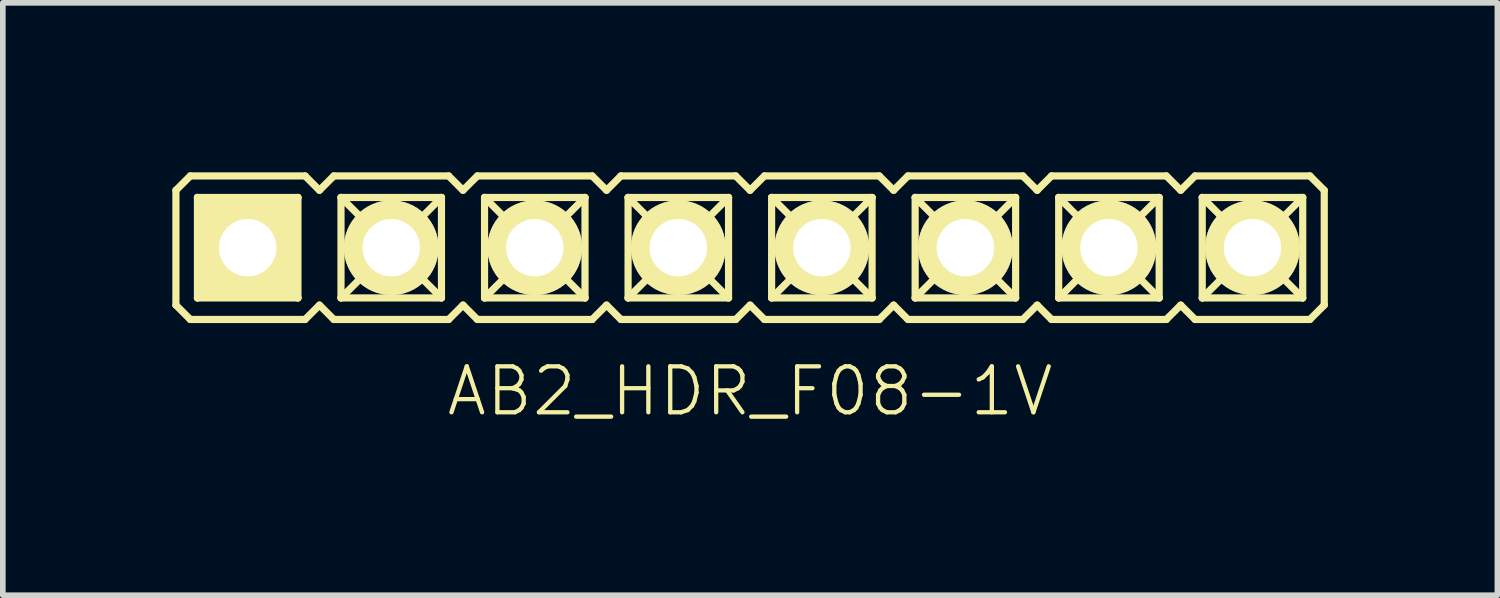
<source format=kicad_pcb>
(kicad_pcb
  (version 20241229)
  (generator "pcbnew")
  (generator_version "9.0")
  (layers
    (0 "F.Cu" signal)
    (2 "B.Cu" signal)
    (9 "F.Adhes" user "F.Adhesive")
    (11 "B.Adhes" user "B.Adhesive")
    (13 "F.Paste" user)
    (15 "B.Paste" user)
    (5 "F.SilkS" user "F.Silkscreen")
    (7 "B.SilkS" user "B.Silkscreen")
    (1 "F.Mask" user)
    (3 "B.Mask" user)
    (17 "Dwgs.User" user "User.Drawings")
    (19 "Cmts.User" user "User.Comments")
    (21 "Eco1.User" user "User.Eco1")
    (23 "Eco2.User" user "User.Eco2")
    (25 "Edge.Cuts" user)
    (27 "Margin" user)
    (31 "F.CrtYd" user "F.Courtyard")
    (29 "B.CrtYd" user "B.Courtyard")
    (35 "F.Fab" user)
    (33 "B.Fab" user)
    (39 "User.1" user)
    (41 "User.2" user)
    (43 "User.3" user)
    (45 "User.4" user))
  (footprint "AB2_HDR_F08-1V"
    (layer "F.Cu")
    (at 10.223 1.333)
    (property "Reference" "AB2_HDR_F08-1V" (at 0 2.54 0) (layer "F.SilkS") (effects (font (size 0.813 0.813) (thickness 0.076))))
    (attr through_hole)
    (fp_line (start -10.16 -1.016) (end -9.906 -1.27) (stroke (width 0.127) (type solid)) (layer "F.SilkS"))
    (fp_line (start -10.16 1.016) (end -10.16 -1.016) (stroke (width 0.127) (type solid)) (layer "F.SilkS"))
    (fp_line (start -9.906 -1.27) (end -7.874 -1.27) (stroke (width 0.127) (type solid)) (layer "F.SilkS"))
    (fp_line (start -9.906 1.27) (end -10.16 1.016) (stroke (width 0.127) (type solid)) (layer "F.SilkS"))
    (fp_line (start -9.779 -0.889) (end -8.001 -0.889) (stroke (width 0.127) (type solid)) (layer "F.SilkS"))
    (fp_line (start -9.779 0.889) (end -9.779 -0.889) (stroke (width 0.127) (type solid)) (layer "F.SilkS"))
    (fp_line (start -9.398 -0.508) (end -9.779 -0.889) (stroke (width 0.127) (type solid)) (layer "F.SilkS"))
    (fp_line (start -9.398 -0.508) (end -8.382 -0.508) (stroke (width 0.127) (type solid)) (layer "F.SilkS"))
    (fp_line (start -9.398 0.508) (end -9.779 0.889) (stroke (width 0.127) (type solid)) (layer "F.SilkS"))
    (fp_line (start -9.398 0.508) (end -9.398 -0.508) (stroke (width 0.127) (type solid)) (layer "F.SilkS"))
    (fp_line (start -8.382 -0.508) (end -8.382 0.508) (stroke (width 0.127) (type solid)) (layer "F.SilkS"))
    (fp_line (start -8.382 -0.508) (end -8.001 -0.889) (stroke (width 0.127) (type solid)) (layer "F.SilkS"))
    (fp_line (start -8.382 0.508) (end -9.398 0.508) (stroke (width 0.127) (type solid)) (layer "F.SilkS"))
    (fp_line (start -8.382 0.508) (end -8.001 0.889) (stroke (width 0.127) (type solid)) (layer "F.SilkS"))
    (fp_line (start -8.001 -0.889) (end -8.001 0.889) (stroke (width 0.127) (type solid)) (layer "F.SilkS"))
    (fp_line (start -8.001 0.889) (end -9.779 0.889) (stroke (width 0.127) (type solid)) (layer "F.SilkS"))
    (fp_line (start -7.874 -1.27) (end -7.62 -1.016) (stroke (width 0.127) (type solid)) (layer "F.SilkS"))
    (fp_line (start -7.874 1.27) (end -9.906 1.27) (stroke (width 0.127) (type solid)) (layer "F.SilkS"))
    (fp_line (start -7.62 -1.016) (end -7.366 -1.27) (stroke (width 0.127) (type solid)) (layer "F.SilkS"))
    (fp_line (start -7.62 1.016) (end -7.874 1.27) (stroke (width 0.127) (type solid)) (layer "F.SilkS"))
    (fp_line (start -7.366 -1.27) (end -5.334 -1.27) (stroke (width 0.127) (type solid)) (layer "F.SilkS"))
    (fp_line (start -7.366 1.27) (end -7.62 1.016) (stroke (width 0.127) (type solid)) (layer "F.SilkS"))
    (fp_line (start -7.239 -0.889) (end -5.461 -0.889) (stroke (width 0.127) (type solid)) (layer "F.SilkS"))
    (fp_line (start -7.239 0.889) (end -7.239 -0.889) (stroke (width 0.127) (type solid)) (layer "F.SilkS"))
    (fp_line (start -6.858 -0.508) (end -7.239 -0.889) (stroke (width 0.127) (type solid)) (layer "F.SilkS"))
    (fp_line (start -6.858 -0.508) (end -5.842 -0.508) (stroke (width 0.127) (type solid)) (layer "F.SilkS"))
    (fp_line (start -6.858 0.508) (end -7.239 0.889) (stroke (width 0.127) (type solid)) (layer "F.SilkS"))
    (fp_line (start -6.858 0.508) (end -6.858 -0.508) (stroke (width 0.127) (type solid)) (layer "F.SilkS"))
    (fp_line (start -5.842 -0.508) (end -5.842 0.508) (stroke (width 0.127) (type solid)) (layer "F.SilkS"))
    (fp_line (start -5.842 -0.508) (end -5.461 -0.889) (stroke (width 0.127) (type solid)) (layer "F.SilkS"))
    (fp_line (start -5.842 0.508) (end -6.858 0.508) (stroke (width 0.127) (type solid)) (layer "F.SilkS"))
    (fp_line (start -5.842 0.508) (end -5.461 0.889) (stroke (width 0.127) (type solid)) (layer "F.SilkS"))
    (fp_line (start -5.461 -0.889) (end -5.461 0.889) (stroke (width 0.127) (type solid)) (layer "F.SilkS"))
    (fp_line (start -5.461 0.889) (end -7.239 0.889) (stroke (width 0.127) (type solid)) (layer "F.SilkS"))
    (fp_line (start -5.334 -1.27) (end -5.08 -1.016) (stroke (width 0.127) (type solid)) (layer "F.SilkS"))
    (fp_line (start -5.334 1.27) (end -7.366 1.27) (stroke (width 0.127) (type solid)) (layer "F.SilkS"))
    (fp_line (start -5.08 -1.016) (end -4.826 -1.27) (stroke (width 0.127) (type solid)) (layer "F.SilkS"))
    (fp_line (start -5.08 1.016) (end -5.334 1.27) (stroke (width 0.127) (type solid)) (layer "F.SilkS"))
    (fp_line (start -4.826 -1.27) (end -2.794 -1.27) (stroke (width 0.127) (type solid)) (layer "F.SilkS"))
    (fp_line (start -4.826 1.27) (end -5.08 1.016) (stroke (width 0.127) (type solid)) (layer "F.SilkS"))
    (fp_line (start -4.699 -0.889) (end -2.921 -0.889) (stroke (width 0.127) (type solid)) (layer "F.SilkS"))
    (fp_line (start -4.699 0.889) (end -4.699 -0.889) (stroke (width 0.127) (type solid)) (layer "F.SilkS"))
    (fp_line (start -4.318 -0.508) (end -4.699 -0.889) (stroke (width 0.127) (type solid)) (layer "F.SilkS"))
    (fp_line (start -4.318 -0.508) (end -3.302 -0.508) (stroke (width 0.127) (type solid)) (layer "F.SilkS"))
    (fp_line (start -4.318 0.508) (end -4.699 0.889) (stroke (width 0.127) (type solid)) (layer "F.SilkS"))
    (fp_line (start -4.318 0.508) (end -4.318 -0.508) (stroke (width 0.127) (type solid)) (layer "F.SilkS"))
    (fp_line (start -3.302 -0.508) (end -3.302 0.508) (stroke (width 0.127) (type solid)) (layer "F.SilkS"))
    (fp_line (start -3.302 -0.508) (end -2.921 -0.889) (stroke (width 0.127) (type solid)) (layer "F.SilkS"))
    (fp_line (start -3.302 0.508) (end -4.318 0.508) (stroke (width 0.127) (type solid)) (layer "F.SilkS"))
    (fp_line (start -3.302 0.508) (end -2.921 0.889) (stroke (width 0.127) (type solid)) (layer "F.SilkS"))
    (fp_line (start -2.921 -0.889) (end -2.921 0.889) (stroke (width 0.127) (type solid)) (layer "F.SilkS"))
    (fp_line (start -2.921 0.889) (end -4.699 0.889) (stroke (width 0.127) (type solid)) (layer "F.SilkS"))
    (fp_line (start -2.794 -1.27) (end -2.54 -1.016) (stroke (width 0.127) (type solid)) (layer "F.SilkS"))
    (fp_line (start -2.794 1.27) (end -4.826 1.27) (stroke (width 0.127) (type solid)) (layer "F.SilkS"))
    (fp_line (start -2.54 -1.016) (end -2.286 -1.27) (stroke (width 0.127) (type solid)) (layer "F.SilkS"))
    (fp_line (start -2.54 1.016) (end -2.794 1.27) (stroke (width 0.127) (type solid)) (layer "F.SilkS"))
    (fp_line (start -2.286 -1.27) (end -0.254 -1.27) (stroke (width 0.127) (type solid)) (layer "F.SilkS"))
    (fp_line (start -2.286 1.27) (end -2.54 1.016) (stroke (width 0.127) (type solid)) (layer "F.SilkS"))
    (fp_line (start -2.159 -0.889) (end -0.381 -0.889) (stroke (width 0.127) (type solid)) (layer "F.SilkS"))
    (fp_line (start -2.159 0.889) (end -2.159 -0.889) (stroke (width 0.127) (type solid)) (layer "F.SilkS"))
    (fp_line (start -1.778 -0.508) (end -2.159 -0.889) (stroke (width 0.127) (type solid)) (layer "F.SilkS"))
    (fp_line (start -1.778 -0.508) (end -0.762 -0.508) (stroke (width 0.127) (type solid)) (layer "F.SilkS"))
    (fp_line (start -1.778 0.508) (end -2.159 0.889) (stroke (width 0.127) (type solid)) (layer "F.SilkS"))
    (fp_line (start -1.778 0.508) (end -1.778 -0.508) (stroke (width 0.127) (type solid)) (layer "F.SilkS"))
    (fp_line (start -0.762 -0.508) (end -0.762 0.508) (stroke (width 0.127) (type solid)) (layer "F.SilkS"))
    (fp_line (start -0.762 -0.508) (end -0.381 -0.889) (stroke (width 0.127) (type solid)) (layer "F.SilkS"))
    (fp_line (start -0.762 0.508) (end -1.778 0.508) (stroke (width 0.127) (type solid)) (layer "F.SilkS"))
    (fp_line (start -0.762 0.508) (end -0.381 0.889) (stroke (width 0.127) (type solid)) (layer "F.SilkS"))
    (fp_line (start -0.381 -0.889) (end -0.381 0.889) (stroke (width 0.127) (type solid)) (layer "F.SilkS"))
    (fp_line (start -0.381 0.889) (end -2.159 0.889) (stroke (width 0.127) (type solid)) (layer "F.SilkS"))
    (fp_line (start -0.254 -1.27) (end 0 -1.016) (stroke (width 0.127) (type solid)) (layer "F.SilkS"))
    (fp_line (start -0.254 1.27) (end -2.286 1.27) (stroke (width 0.127) (type solid)) (layer "F.SilkS"))
    (fp_line (start 0 -1.016) (end 0.254 -1.27) (stroke (width 0.127) (type solid)) (layer "F.SilkS"))
    (fp_line (start 0 1.016) (end -0.254 1.27) (stroke (width 0.127) (type solid)) (layer "F.SilkS"))
    (fp_line (start 0.254 -1.27) (end 2.286 -1.27) (stroke (width 0.127) (type solid)) (layer "F.SilkS"))
    (fp_line (start 0.254 1.27) (end 0 1.016) (stroke (width 0.127) (type solid)) (layer "F.SilkS"))
    (fp_line (start 0.381 -0.889) (end 2.159 -0.889) (stroke (width 0.127) (type solid)) (layer "F.SilkS"))
    (fp_line (start 0.381 0.889) (end 0.381 -0.889) (stroke (width 0.127) (type solid)) (layer "F.SilkS"))
    (fp_line (start 0.762 -0.508) (end 0.381 -0.889) (stroke (width 0.127) (type solid)) (layer "F.SilkS"))
    (fp_line (start 0.762 -0.508) (end 1.778 -0.508) (stroke (width 0.127) (type solid)) (layer "F.SilkS"))
    (fp_line (start 0.762 0.508) (end 0.381 0.889) (stroke (width 0.127) (type solid)) (layer "F.SilkS"))
    (fp_line (start 0.762 0.508) (end 0.762 -0.508) (stroke (width 0.127) (type solid)) (layer "F.SilkS"))
    (fp_line (start 1.778 -0.508) (end 1.778 0.508) (stroke (width 0.127) (type solid)) (layer "F.SilkS"))
    (fp_line (start 1.778 -0.508) (end 2.159 -0.889) (stroke (width 0.127) (type solid)) (layer "F.SilkS"))
    (fp_line (start 1.778 0.508) (end 0.762 0.508) (stroke (width 0.127) (type solid)) (layer "F.SilkS"))
    (fp_line (start 1.778 0.508) (end 2.159 0.889) (stroke (width 0.127) (type solid)) (layer "F.SilkS"))
    (fp_line (start 2.159 -0.889) (end 2.159 0.889) (stroke (width 0.127) (type solid)) (layer "F.SilkS"))
    (fp_line (start 2.159 0.889) (end 0.381 0.889) (stroke (width 0.127) (type solid)) (layer "F.SilkS"))
    (fp_line (start 2.286 -1.27) (end 2.54 -1.016) (stroke (width 0.127) (type solid)) (layer "F.SilkS"))
    (fp_line (start 2.286 1.27) (end 0.254 1.27) (stroke (width 0.127) (type solid)) (layer "F.SilkS"))
    (fp_line (start 2.54 -1.016) (end 2.794 -1.27) (stroke (width 0.127) (type solid)) (layer "F.SilkS"))
    (fp_line (start 2.54 1.016) (end 2.286 1.27) (stroke (width 0.127) (type solid)) (layer "F.SilkS"))
    (fp_line (start 2.794 -1.27) (end 4.826 -1.27) (stroke (width 0.127) (type solid)) (layer "F.SilkS"))
    (fp_line (start 2.794 1.27) (end 2.54 1.016) (stroke (width 0.127) (type solid)) (layer "F.SilkS"))
    (fp_line (start 2.921 -0.889) (end 4.699 -0.889) (stroke (width 0.127) (type solid)) (layer "F.SilkS"))
    (fp_line (start 2.921 0.889) (end 2.921 -0.889) (stroke (width 0.127) (type solid)) (layer "F.SilkS"))
    (fp_line (start 3.302 -0.508) (end 2.921 -0.889) (stroke (width 0.127) (type solid)) (layer "F.SilkS"))
    (fp_line (start 3.302 -0.508) (end 4.318 -0.508) (stroke (width 0.127) (type solid)) (layer "F.SilkS"))
    (fp_line (start 3.302 0.508) (end 2.921 0.889) (stroke (width 0.127) (type solid)) (layer "F.SilkS"))
    (fp_line (start 3.302 0.508) (end 3.302 -0.508) (stroke (width 0.127) (type solid)) (layer "F.SilkS"))
    (fp_line (start 4.318 -0.508) (end 4.318 0.508) (stroke (width 0.127) (type solid)) (layer "F.SilkS"))
    (fp_line (start 4.318 -0.508) (end 4.699 -0.889) (stroke (width 0.127) (type solid)) (layer "F.SilkS"))
    (fp_line (start 4.318 0.508) (end 3.302 0.508) (stroke (width 0.127) (type solid)) (layer "F.SilkS"))
    (fp_line (start 4.318 0.508) (end 4.699 0.889) (stroke (width 0.127) (type solid)) (layer "F.SilkS"))
    (fp_line (start 4.699 -0.889) (end 4.699 0.889) (stroke (width 0.127) (type solid)) (layer "F.SilkS"))
    (fp_line (start 4.699 0.889) (end 2.921 0.889) (stroke (width 0.127) (type solid)) (layer "F.SilkS"))
    (fp_line (start 4.826 -1.27) (end 5.08 -1.016) (stroke (width 0.127) (type solid)) (layer "F.SilkS"))
    (fp_line (start 4.826 1.27) (end 2.794 1.27) (stroke (width 0.127) (type solid)) (layer "F.SilkS"))
    (fp_line (start 5.08 -1.016) (end 5.334 -1.27) (stroke (width 0.127) (type solid)) (layer "F.SilkS"))
    (fp_line (start 5.08 1.016) (end 4.826 1.27) (stroke (width 0.127) (type solid)) (layer "F.SilkS"))
    (fp_line (start 5.334 -1.27) (end 7.366 -1.27) (stroke (width 0.127) (type solid)) (layer "F.SilkS"))
    (fp_line (start 5.334 1.27) (end 5.08 1.016) (stroke (width 0.127) (type solid)) (layer "F.SilkS"))
    (fp_line (start 5.461 -0.889) (end 7.239 -0.889) (stroke (width 0.127) (type solid)) (layer "F.SilkS"))
    (fp_line (start 5.461 0.889) (end 5.461 -0.889) (stroke (width 0.127) (type solid)) (layer "F.SilkS"))
    (fp_line (start 5.842 -0.508) (end 5.461 -0.889) (stroke (width 0.127) (type solid)) (layer "F.SilkS"))
    (fp_line (start 5.842 -0.508) (end 6.858 -0.508) (stroke (width 0.127) (type solid)) (layer "F.SilkS"))
    (fp_line (start 5.842 0.508) (end 5.461 0.889) (stroke (width 0.127) (type solid)) (layer "F.SilkS"))
    (fp_line (start 5.842 0.508) (end 5.842 -0.508) (stroke (width 0.127) (type solid)) (layer "F.SilkS"))
    (fp_line (start 6.858 -0.508) (end 6.858 0.508) (stroke (width 0.127) (type solid)) (layer "F.SilkS"))
    (fp_line (start 6.858 -0.508) (end 7.239 -0.889) (stroke (width 0.127) (type solid)) (layer "F.SilkS"))
    (fp_line (start 6.858 0.508) (end 5.842 0.508) (stroke (width 0.127) (type solid)) (layer "F.SilkS"))
    (fp_line (start 6.858 0.508) (end 7.239 0.889) (stroke (width 0.127) (type solid)) (layer "F.SilkS"))
    (fp_line (start 7.239 -0.889) (end 7.239 0.889) (stroke (width 0.127) (type solid)) (layer "F.SilkS"))
    (fp_line (start 7.239 0.889) (end 5.461 0.889) (stroke (width 0.127) (type solid)) (layer "F.SilkS"))
    (fp_line (start 7.366 -1.27) (end 7.62 -1.016) (stroke (width 0.127) (type solid)) (layer "F.SilkS"))
    (fp_line (start 7.366 1.27) (end 5.334 1.27) (stroke (width 0.127) (type solid)) (layer "F.SilkS"))
    (fp_line (start 7.62 -1.016) (end 7.874 -1.27) (stroke (width 0.127) (type solid)) (layer "F.SilkS"))
    (fp_line (start 7.62 1.016) (end 7.366 1.27) (stroke (width 0.127) (type solid)) (layer "F.SilkS"))
    (fp_line (start 7.874 -1.27) (end 9.906 -1.27) (stroke (width 0.127) (type solid)) (layer "F.SilkS"))
    (fp_line (start 7.874 1.27) (end 7.62 1.016) (stroke (width 0.127) (type solid)) (layer "F.SilkS"))
    (fp_line (start 8.001 -0.889) (end 9.779 -0.889) (stroke (width 0.127) (type solid)) (layer "F.SilkS"))
    (fp_line (start 8.001 0.889) (end 8.001 -0.889) (stroke (width 0.127) (type solid)) (layer "F.SilkS"))
    (fp_line (start 8.382 -0.508) (end 8.001 -0.889) (stroke (width 0.127) (type solid)) (layer "F.SilkS"))
    (fp_line (start 8.382 -0.508) (end 9.398 -0.508) (stroke (width 0.127) (type solid)) (layer "F.SilkS"))
    (fp_line (start 8.382 0.508) (end 8.001 0.889) (stroke (width 0.127) (type solid)) (layer "F.SilkS"))
    (fp_line (start 8.382 0.508) (end 8.382 -0.508) (stroke (width 0.127) (type solid)) (layer "F.SilkS"))
    (fp_line (start 9.398 -0.508) (end 9.398 0.508) (stroke (width 0.127) (type solid)) (layer "F.SilkS"))
    (fp_line (start 9.398 -0.508) (end 9.779 -0.889) (stroke (width 0.127) (type solid)) (layer "F.SilkS"))
    (fp_line (start 9.398 0.508) (end 8.382 0.508) (stroke (width 0.127) (type solid)) (layer "F.SilkS"))
    (fp_line (start 9.398 0.508) (end 9.779 0.889) (stroke (width 0.127) (type solid)) (layer "F.SilkS"))
    (fp_line (start 9.779 -0.889) (end 9.779 0.889) (stroke (width 0.127) (type solid)) (layer "F.SilkS"))
    (fp_line (start 9.779 0.889) (end 8.001 0.889) (stroke (width 0.127) (type solid)) (layer "F.SilkS"))
    (fp_line (start 9.906 -1.27) (end 10.16 -1.016) (stroke (width 0.127) (type solid)) (layer "F.SilkS"))
    (fp_line (start 9.906 1.27) (end 7.874 1.27) (stroke (width 0.127) (type solid)) (layer "F.SilkS"))
    (fp_line (start 10.16 1.016) (end 9.906 1.27) (stroke (width 0.127) (type solid)) (layer "F.SilkS"))
    (fp_line (start 10.16 1.016) (end 10.16 -1.016) (stroke (width 0.127) (type solid)) (layer "F.SilkS"))
    (pad "1" thru_hole rect (at -8.89 0) (size 1.676 1.676) (drill 1.016) (layers "*.Cu" "*.Mask" "F.SilkS"))
    (pad "2" thru_hole circle (at -6.35 0) (size 1.676 1.676) (drill 1.016) (layers "*.Cu" "*.Mask" "F.SilkS"))
    (pad "3" thru_hole circle (at -3.81 0) (size 1.676 1.676) (drill 1.016) (layers "*.Cu" "*.Mask" "F.SilkS"))
    (pad "4" thru_hole circle (at -1.27 0) (size 1.676 1.676) (drill 1.016) (layers "*.Cu" "*.Mask" "F.SilkS"))
    (pad "5" thru_hole circle (at 1.27 0) (size 1.676 1.676) (drill 1.016) (layers "*.Cu" "*.Mask" "F.SilkS"))
    (pad "6" thru_hole circle (at 3.81 0) (size 1.676 1.676) (drill 1.016) (layers "*.Cu" "*.Mask" "F.SilkS"))
    (pad "7" thru_hole circle (at 6.35 0) (size 1.676 1.676) (drill 1.016) (layers "*.Cu" "*.Mask" "F.SilkS"))
    (pad "8" thru_hole circle (at 8.89 0) (size 1.676 1.676) (drill 1.016) (layers "*.Cu" "*.Mask" "F.SilkS")))
  (gr_rect
    (start -3 -3)
    (end 23.447 7.483)
    (stroke (width 0.1) (type default))
    (fill no)
    (layer "Edge.Cuts")))
</source>
